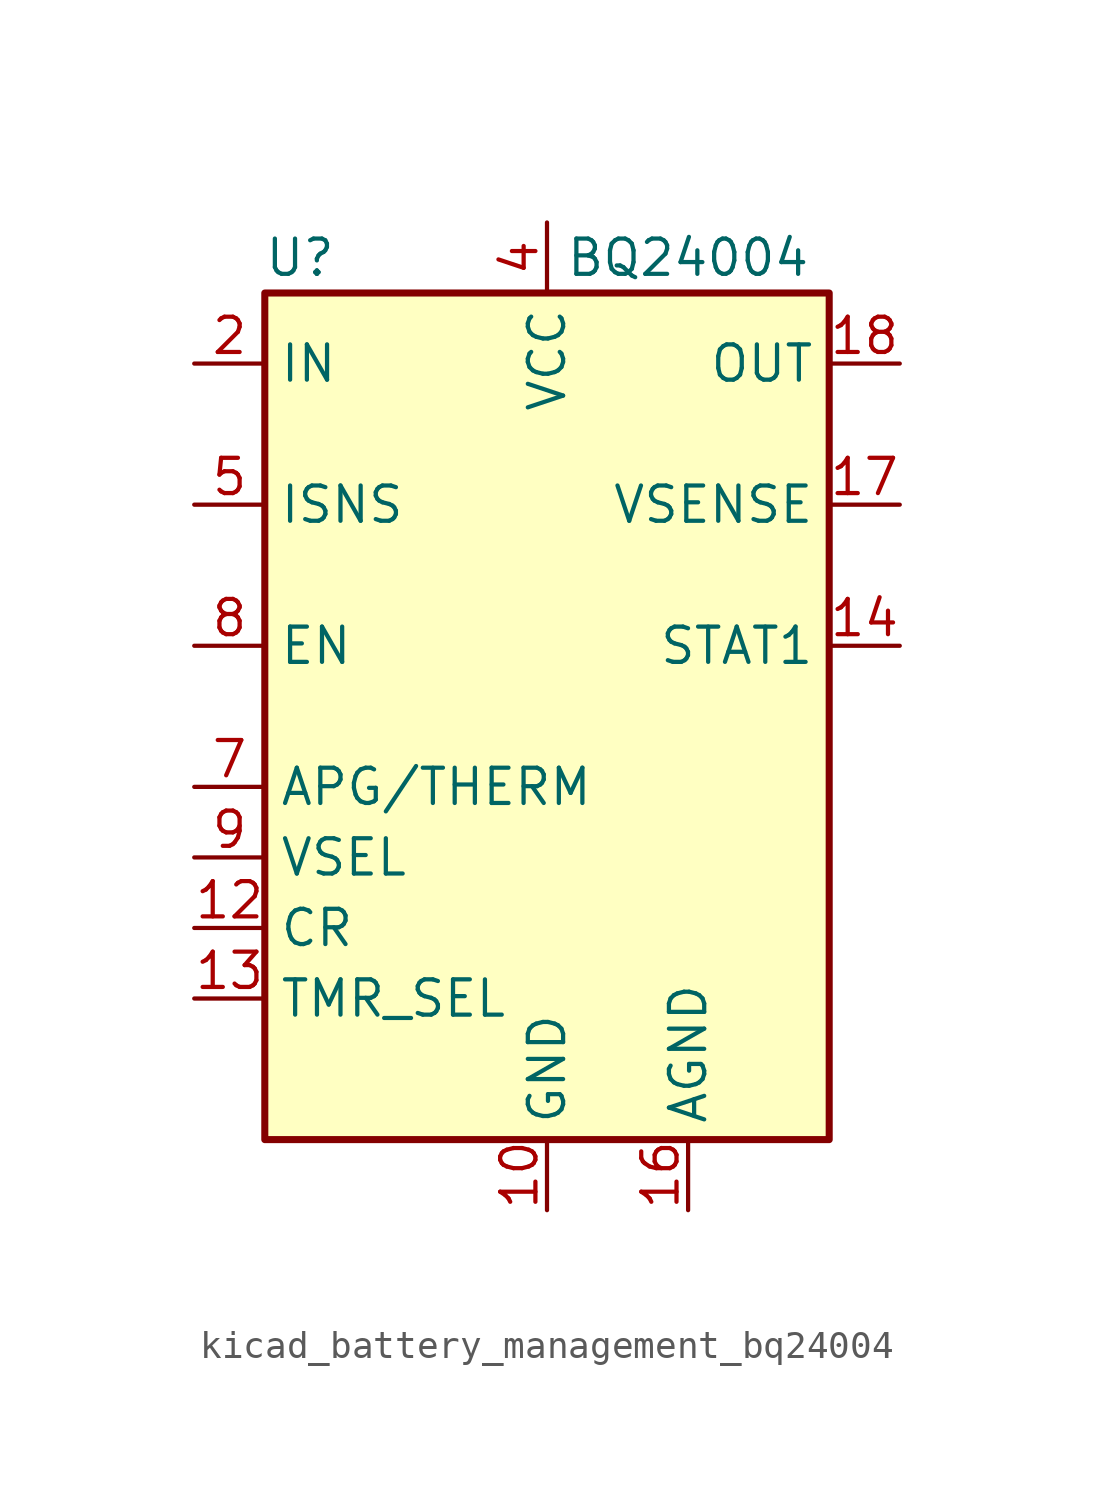
<source format=kicad_sym>
(kicad_symbol_lib
  (version 20220914)
  (generator kicad_symbol_editor)
  (symbol "kicad_battery_management_bq24004"
    (property "Reference" "U"
      (at -8.89 16.51 0)
      (effects (font (size 1.27 1.27))))
    (property "Value" "BQ24004"
      (at 5.08 16.51 0)
      (effects (font (size 1.27 1.27))))
    (symbol "kicad_battery_management_bq24004_0_1"
      (rectangle (start -10.16 15.24) (end 10.16 -15.24) (stroke (width 0.254) (type default)) (fill (type background))))
    (symbol "kicad_battery_management_bq24004_1_1"
      (pin no_connect line (at 10.16 -2.54 180) (length 2.54) hide (name "N/C" (effects (font (size 1.27 1.27)))) (number "1" (effects (font (size 1.27 1.27)))))
      (pin power_in line (at 0 -17.78 90) (length 2.54) (name "GND" (effects (font (size 1.27 1.27)))) (number "10" (effects (font (size 1.27 1.27)))))
      (pin no_connect line (at 10.16 -7.62 180) (length 2.54) hide (name "N/C" (effects (font (size 1.27 1.27)))) (number "11" (effects (font (size 1.27 1.27)))))
      (pin input line (at -12.7 -7.62 0) (length 2.54) (name "CR" (effects (font (size 1.27 1.27)))) (number "12" (effects (font (size 1.27 1.27)))))
      (pin input line (at -12.7 -10.16 0) (length 2.54) (name "TMR_SEL" (effects (font (size 1.27 1.27)))) (number "13" (effects (font (size 1.27 1.27)))))
      (pin output line (at 12.7 2.54 180) (length 2.54) (name "STAT1" (effects (font (size 1.27 1.27)))) (number "14" (effects (font (size 1.27 1.27)))))
      (pin no_connect line (at 10.16 0 180) (length 2.54) hide (name "N/C" (effects (font (size 1.27 1.27)))) (number "15" (effects (font (size 1.27 1.27)))))
      (pin power_in line (at 5.08 -17.78 90) (length 2.54) (name "AGND" (effects (font (size 1.27 1.27)))) (number "16" (effects (font (size 1.27 1.27)))))
      (pin input line (at 12.7 7.62 180) (length 2.54) (name "VSENSE" (effects (font (size 1.27 1.27)))) (number "17" (effects (font (size 1.27 1.27)))))
      (pin output line (at 12.7 12.7 180) (length 2.54) (name "OUT" (effects (font (size 1.27 1.27)))) (number "18" (effects (font (size 1.27 1.27)))))
      (pin passive line (at 12.7 12.7 180) (length 2.54) hide (name "OUT" (effects (font (size 1.27 1.27)))) (number "19" (effects (font (size 1.27 1.27)))))
      (pin input line (at -12.7 12.7 0) (length 2.54) (name "IN" (effects (font (size 1.27 1.27)))) (number "2" (effects (font (size 1.27 1.27)))))
      (pin no_connect line (at 10.16 -10.16 180) (length 2.54) hide (name "N/C" (effects (font (size 1.27 1.27)))) (number "20" (effects (font (size 1.27 1.27)))))
      (pin passive line (at 0 -17.78 90) (length 2.54) hide (name "GND" (effects (font (size 1.27 1.27)))) (number "21" (effects (font (size 1.27 1.27)))))
      (pin input line (at -12.7 12.7 0) (length 2.54) hide (name "IN" (effects (font (size 1.27 1.27)))) (number "3" (effects (font (size 1.27 1.27)))))
      (pin power_in line (at 0 17.78 270) (length 2.54) (name "VCC" (effects (font (size 1.27 1.27)))) (number "4" (effects (font (size 1.27 1.27)))))
      (pin input line (at -12.7 7.62 0) (length 2.54) (name "ISNS" (effects (font (size 1.27 1.27)))) (number "5" (effects (font (size 1.27 1.27)))))
      (pin no_connect line (at 10.16 -5.08 180) (length 2.54) hide (name "N/C" (effects (font (size 1.27 1.27)))) (number "6" (effects (font (size 1.27 1.27)))))
      (pin input line (at -12.7 -2.54 0) (length 2.54) (name "APG/THERM" (effects (font (size 1.27 1.27)))) (number "7" (effects (font (size 1.27 1.27)))))
      (pin input line (at -12.7 2.54 0) (length 2.54) (name "EN" (effects (font (size 1.27 1.27)))) (number "8" (effects (font (size 1.27 1.27)))))
      (pin input line (at -12.7 -5.08 0) (length 2.54) (name "VSEL" (effects (font (size 1.27 1.27)))) (number "9" (effects (font (size 1.27 1.27))))))))
</source>
